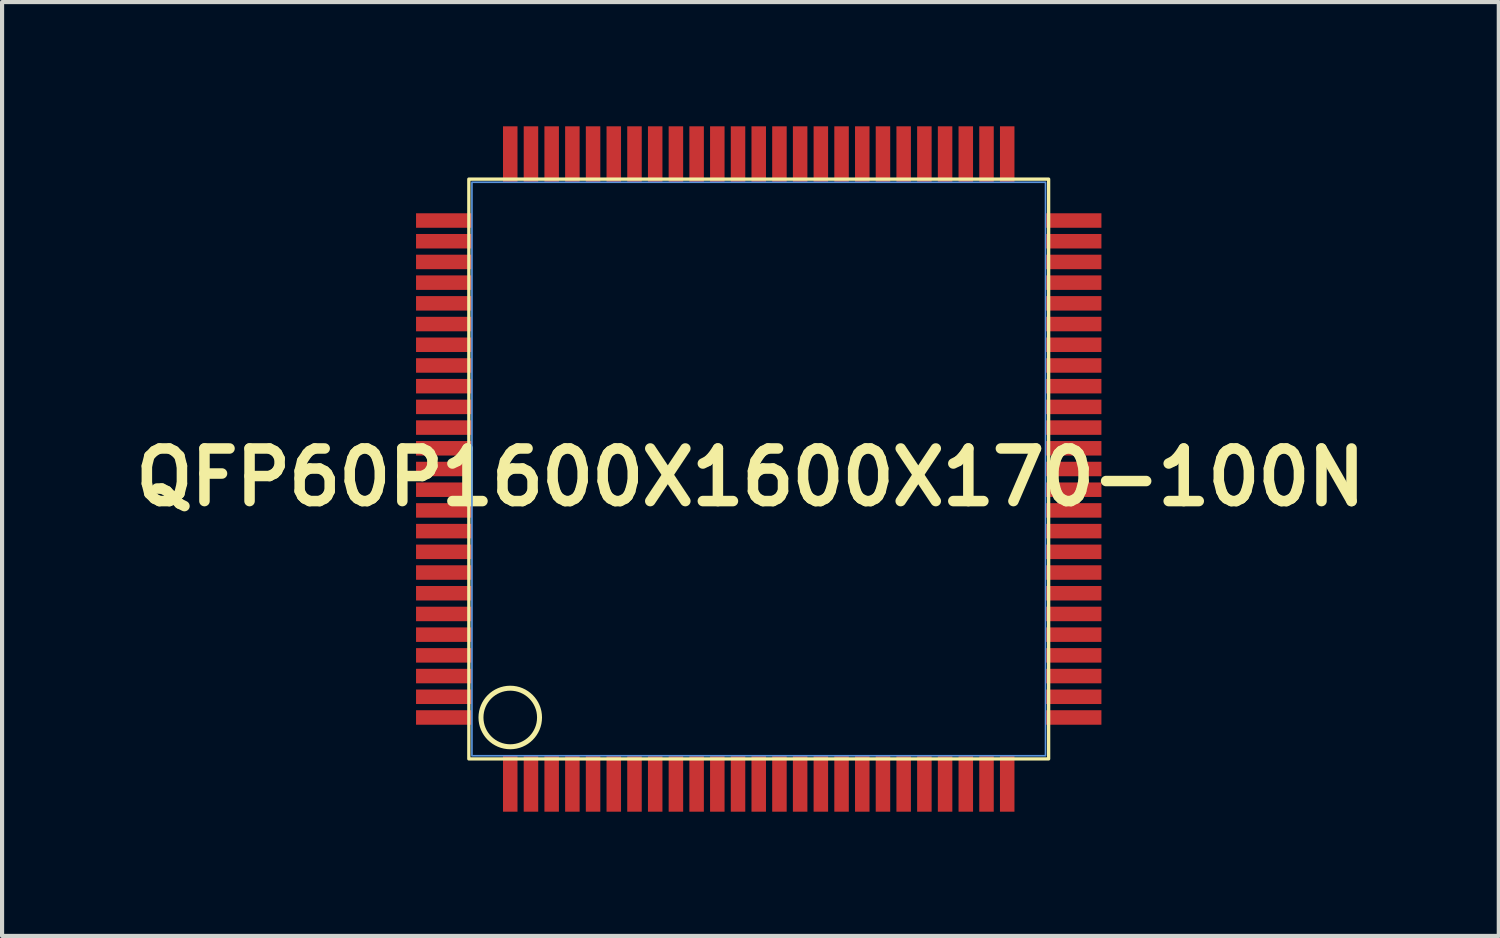
<source format=kicad_pcb>
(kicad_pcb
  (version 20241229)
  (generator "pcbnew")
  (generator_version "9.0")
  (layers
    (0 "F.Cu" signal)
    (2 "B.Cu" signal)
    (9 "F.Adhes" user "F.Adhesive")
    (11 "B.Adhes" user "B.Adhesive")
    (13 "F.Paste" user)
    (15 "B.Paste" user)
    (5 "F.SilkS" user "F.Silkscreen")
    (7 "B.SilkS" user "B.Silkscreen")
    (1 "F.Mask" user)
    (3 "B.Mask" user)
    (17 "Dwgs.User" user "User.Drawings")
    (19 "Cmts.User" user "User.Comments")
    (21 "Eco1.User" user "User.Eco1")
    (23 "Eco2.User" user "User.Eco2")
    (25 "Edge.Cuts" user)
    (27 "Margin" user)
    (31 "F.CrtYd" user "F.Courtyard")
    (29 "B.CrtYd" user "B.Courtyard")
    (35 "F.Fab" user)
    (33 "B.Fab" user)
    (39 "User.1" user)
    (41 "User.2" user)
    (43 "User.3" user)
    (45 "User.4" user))
  (footprint "QFP60P1600X1600X170-100N"
    (layer "F.Cu")
    (at 15.071 8.475)
    (property "Reference" "QFP60P1600X1600X170-100N" (at 0 0 0) (layer "F.SilkS") (effects (font (size 1.27 1.27) (thickness 0.254))))
    (attr smd)
    (fp_rect (start -6.8 6.8) (end 7.2 -7.2) (stroke (width 0.08) (type solid)) (fill no) (layer "F.SilkS"))
    (fp_circle (center -5.8 5.8) (end -6.3 6.3) (stroke (width 0.12) (type solid)) (fill no) (layer "F.SilkS"))
    (fp_rect (start -6.725 6.725) (end 7.125 -7.125) (stroke (width 0.04) (type solid)) (fill no) (layer "Cmts.User"))
    (pad "1" smd rect (at -5.8 7.4 90) (size 1.35 0.35) (layers "F.Cu" "F.Mask" "F.Paste"))
    (pad "2" smd rect (at -5.3 7.4 90) (size 1.35 0.35) (layers "F.Cu" "F.Mask" "F.Paste"))
    (pad "3" smd rect (at -4.8 7.4 90) (size 1.35 0.35) (layers "F.Cu" "F.Mask" "F.Paste"))
    (pad "4" smd rect (at -4.3 7.4 90) (size 1.35 0.35) (layers "F.Cu" "F.Mask" "F.Paste"))
    (pad "5" smd rect (at -3.8 7.4 90) (size 1.35 0.35) (layers "F.Cu" "F.Mask" "F.Paste"))
    (pad "6" smd rect (at -3.3 7.4 90) (size 1.35 0.35) (layers "F.Cu" "F.Mask" "F.Paste"))
    (pad "7" smd rect (at -2.8 7.4 90) (size 1.35 0.35) (layers "F.Cu" "F.Mask" "F.Paste"))
    (pad "8" smd rect (at -2.3 7.4 90) (size 1.35 0.35) (layers "F.Cu" "F.Mask" "F.Paste"))
    (pad "9" smd rect (at -1.8 7.4 90) (size 1.35 0.35) (layers "F.Cu" "F.Mask" "F.Paste"))
    (pad "10" smd rect (at -1.3 7.4 90) (size 1.35 0.35) (layers "F.Cu" "F.Mask" "F.Paste"))
    (pad "11" smd rect (at -0.8 7.4 90) (size 1.35 0.35) (layers "F.Cu" "F.Mask" "F.Paste"))
    (pad "12" smd rect (at -0.3 7.4 90) (size 1.35 0.35) (layers "F.Cu" "F.Mask" "F.Paste"))
    (pad "13" smd rect (at 0.2 7.4 90) (size 1.35 0.35) (layers "F.Cu" "F.Mask" "F.Paste"))
    (pad "14" smd rect (at 0.7 7.4 90) (size 1.35 0.35) (layers "F.Cu" "F.Mask" "F.Paste"))
    (pad "15" smd rect (at 1.2 7.4 90) (size 1.35 0.35) (layers "F.Cu" "F.Mask" "F.Paste"))
    (pad "16" smd rect (at 1.7 7.4 90) (size 1.35 0.35) (layers "F.Cu" "F.Mask" "F.Paste"))
    (pad "17" smd rect (at 2.2 7.4 90) (size 1.35 0.35) (layers "F.Cu" "F.Mask" "F.Paste"))
    (pad "18" smd rect (at 2.7 7.4 90) (size 1.35 0.35) (layers "F.Cu" "F.Mask" "F.Paste"))
    (pad "19" smd rect (at 3.2 7.4 90) (size 1.35 0.35) (layers "F.Cu" "F.Mask" "F.Paste"))
    (pad "20" smd rect (at 3.7 7.4 90) (size 1.35 0.35) (layers "F.Cu" "F.Mask" "F.Paste"))
    (pad "21" smd rect (at 4.2 7.4 90) (size 1.35 0.35) (layers "F.Cu" "F.Mask" "F.Paste"))
    (pad "22" smd rect (at 4.7 7.4 90) (size 1.35 0.35) (layers "F.Cu" "F.Mask" "F.Paste"))
    (pad "23" smd rect (at 5.2 7.4 90) (size 1.35 0.35) (layers "F.Cu" "F.Mask" "F.Paste"))
    (pad "24" smd rect (at 5.7 7.4 90) (size 1.35 0.35) (layers "F.Cu" "F.Mask" "F.Paste"))
    (pad "25" smd rect (at 6.2 7.4 90) (size 1.35 0.35) (layers "F.Cu" "F.Mask" "F.Paste"))
    (pad "26" smd rect (at 7.8 5.8 180) (size 1.35 0.35) (layers "F.Cu" "F.Mask" "F.Paste"))
    (pad "27" smd rect (at 7.8 5.3 180) (size 1.35 0.35) (layers "F.Cu" "F.Mask" "F.Paste"))
    (pad "28" smd rect (at 7.8 4.8 180) (size 1.35 0.35) (layers "F.Cu" "F.Mask" "F.Paste"))
    (pad "29" smd rect (at 7.8 4.3 180) (size 1.35 0.35) (layers "F.Cu" "F.Mask" "F.Paste"))
    (pad "30" smd rect (at 7.8 3.8 180) (size 1.35 0.35) (layers "F.Cu" "F.Mask" "F.Paste"))
    (pad "31" smd rect (at 7.8 3.3 180) (size 1.35 0.35) (layers "F.Cu" "F.Mask" "F.Paste"))
    (pad "32" smd rect (at 7.8 2.8 180) (size 1.35 0.35) (layers "F.Cu" "F.Mask" "F.Paste"))
    (pad "33" smd rect (at 7.8 2.3 180) (size 1.35 0.35) (layers "F.Cu" "F.Mask" "F.Paste"))
    (pad "34" smd rect (at 7.8 1.8 180) (size 1.35 0.35) (layers "F.Cu" "F.Mask" "F.Paste"))
    (pad "35" smd rect (at 7.8 1.3 180) (size 1.35 0.35) (layers "F.Cu" "F.Mask" "F.Paste"))
    (pad "36" smd rect (at 7.8 0.8 180) (size 1.35 0.35) (layers "F.Cu" "F.Mask" "F.Paste"))
    (pad "37" smd rect (at 7.8 0.3 180) (size 1.35 0.35) (layers "F.Cu" "F.Mask" "F.Paste"))
    (pad "38" smd rect (at 7.8 -0.2 180) (size 1.35 0.35) (layers "F.Cu" "F.Mask" "F.Paste"))
    (pad "39" smd rect (at 7.8 -0.7 180) (size 1.35 0.35) (layers "F.Cu" "F.Mask" "F.Paste"))
    (pad "40" smd rect (at 7.8 -1.2 180) (size 1.35 0.35) (layers "F.Cu" "F.Mask" "F.Paste"))
    (pad "41" smd rect (at 7.8 -1.7 180) (size 1.35 0.35) (layers "F.Cu" "F.Mask" "F.Paste"))
    (pad "42" smd rect (at 7.8 -2.2 180) (size 1.35 0.35) (layers "F.Cu" "F.Mask" "F.Paste"))
    (pad "43" smd rect (at 7.8 -2.7 180) (size 1.35 0.35) (layers "F.Cu" "F.Mask" "F.Paste"))
    (pad "44" smd rect (at 7.8 -3.2 180) (size 1.35 0.35) (layers "F.Cu" "F.Mask" "F.Paste"))
    (pad "45" smd rect (at 7.8 -3.7 180) (size 1.35 0.35) (layers "F.Cu" "F.Mask" "F.Paste"))
    (pad "46" smd rect (at 7.8 -4.2 180) (size 1.35 0.35) (layers "F.Cu" "F.Mask" "F.Paste"))
    (pad "47" smd rect (at 7.8 -4.7 180) (size 1.35 0.35) (layers "F.Cu" "F.Mask" "F.Paste"))
    (pad "48" smd rect (at 7.8 -5.2 180) (size 1.35 0.35) (layers "F.Cu" "F.Mask" "F.Paste"))
    (pad "49" smd rect (at 7.8 -5.7 180) (size 1.35 0.35) (layers "F.Cu" "F.Mask" "F.Paste"))
    (pad "50" smd rect (at 7.8 -6.2 180) (size 1.35 0.35) (layers "F.Cu" "F.Mask" "F.Paste"))
    (pad "51" smd rect (at 6.2 -7.8 270) (size 1.35 0.35) (layers "F.Cu" "F.Mask" "F.Paste"))
    (pad "52" smd rect (at 5.7 -7.8 270) (size 1.35 0.35) (layers "F.Cu" "F.Mask" "F.Paste"))
    (pad "53" smd rect (at 5.2 -7.8 270) (size 1.35 0.35) (layers "F.Cu" "F.Mask" "F.Paste"))
    (pad "54" smd rect (at 4.7 -7.8 270) (size 1.35 0.35) (layers "F.Cu" "F.Mask" "F.Paste"))
    (pad "55" smd rect (at 4.2 -7.8 270) (size 1.35 0.35) (layers "F.Cu" "F.Mask" "F.Paste"))
    (pad "56" smd rect (at 3.7 -7.8 270) (size 1.35 0.35) (layers "F.Cu" "F.Mask" "F.Paste"))
    (pad "57" smd rect (at 3.2 -7.8 270) (size 1.35 0.35) (layers "F.Cu" "F.Mask" "F.Paste"))
    (pad "58" smd rect (at 2.7 -7.8 270) (size 1.35 0.35) (layers "F.Cu" "F.Mask" "F.Paste"))
    (pad "59" smd rect (at 2.2 -7.8 270) (size 1.35 0.35) (layers "F.Cu" "F.Mask" "F.Paste"))
    (pad "60" smd rect (at 1.7 -7.8 270) (size 1.35 0.35) (layers "F.Cu" "F.Mask" "F.Paste"))
    (pad "61" smd rect (at 1.2 -7.8 270) (size 1.35 0.35) (layers "F.Cu" "F.Mask" "F.Paste"))
    (pad "62" smd rect (at 0.7 -7.8 270) (size 1.35 0.35) (layers "F.Cu" "F.Mask" "F.Paste"))
    (pad "63" smd rect (at 0.2 -7.8 270) (size 1.35 0.35) (layers "F.Cu" "F.Mask" "F.Paste"))
    (pad "64" smd rect (at -0.3 -7.8 270) (size 1.35 0.35) (layers "F.Cu" "F.Mask" "F.Paste"))
    (pad "65" smd rect (at -0.8 -7.8 270) (size 1.35 0.35) (layers "F.Cu" "F.Mask" "F.Paste"))
    (pad "66" smd rect (at -1.3 -7.8 270) (size 1.35 0.35) (layers "F.Cu" "F.Mask" "F.Paste"))
    (pad "67" smd rect (at -1.8 -7.8 270) (size 1.35 0.35) (layers "F.Cu" "F.Mask" "F.Paste"))
    (pad "68" smd rect (at -2.3 -7.8 270) (size 1.35 0.35) (layers "F.Cu" "F.Mask" "F.Paste"))
    (pad "69" smd rect (at -2.8 -7.8 270) (size 1.35 0.35) (layers "F.Cu" "F.Mask" "F.Paste"))
    (pad "70" smd rect (at -3.3 -7.8 270) (size 1.35 0.35) (layers "F.Cu" "F.Mask" "F.Paste"))
    (pad "71" smd rect (at -3.8 -7.8 270) (size 1.35 0.35) (layers "F.Cu" "F.Mask" "F.Paste"))
    (pad "72" smd rect (at -4.3 -7.8 270) (size 1.35 0.35) (layers "F.Cu" "F.Mask" "F.Paste"))
    (pad "73" smd rect (at -4.8 -7.8 270) (size 1.35 0.35) (layers "F.Cu" "F.Mask" "F.Paste"))
    (pad "74" smd rect (at -5.3 -7.8 270) (size 1.35 0.35) (layers "F.Cu" "F.Mask" "F.Paste"))
    (pad "75" smd rect (at -5.8 -7.8 270) (size 1.35 0.35) (layers "F.Cu" "F.Mask" "F.Paste"))
    (pad "76" smd rect (at -7.4 -6.2) (size 1.35 0.35) (layers "F.Cu" "F.Mask" "F.Paste"))
    (pad "77" smd rect (at -7.4 -5.7) (size 1.35 0.35) (layers "F.Cu" "F.Mask" "F.Paste"))
    (pad "78" smd rect (at -7.4 -5.2) (size 1.35 0.35) (layers "F.Cu" "F.Mask" "F.Paste"))
    (pad "79" smd rect (at -7.4 -4.7) (size 1.35 0.35) (layers "F.Cu" "F.Mask" "F.Paste"))
    (pad "80" smd rect (at -7.4 -4.2) (size 1.35 0.35) (layers "F.Cu" "F.Mask" "F.Paste"))
    (pad "81" smd rect (at -7.4 -3.7) (size 1.35 0.35) (layers "F.Cu" "F.Mask" "F.Paste"))
    (pad "82" smd rect (at -7.4 -3.2) (size 1.35 0.35) (layers "F.Cu" "F.Mask" "F.Paste"))
    (pad "83" smd rect (at -7.4 -2.7) (size 1.35 0.35) (layers "F.Cu" "F.Mask" "F.Paste"))
    (pad "84" smd rect (at -7.4 -2.2) (size 1.35 0.35) (layers "F.Cu" "F.Mask" "F.Paste"))
    (pad "85" smd rect (at -7.4 -1.7) (size 1.35 0.35) (layers "F.Cu" "F.Mask" "F.Paste"))
    (pad "86" smd rect (at -7.4 -1.2) (size 1.35 0.35) (layers "F.Cu" "F.Mask" "F.Paste"))
    (pad "87" smd rect (at -7.4 -0.7) (size 1.35 0.35) (layers "F.Cu" "F.Mask" "F.Paste"))
    (pad "88" smd rect (at -7.4 -0.2) (size 1.35 0.35) (layers "F.Cu" "F.Mask" "F.Paste"))
    (pad "89" smd rect (at -7.4 0.3) (size 1.35 0.35) (layers "F.Cu" "F.Mask" "F.Paste"))
    (pad "90" smd rect (at -7.4 0.8) (size 1.35 0.35) (layers "F.Cu" "F.Mask" "F.Paste"))
    (pad "91" smd rect (at -7.4 1.3) (size 1.35 0.35) (layers "F.Cu" "F.Mask" "F.Paste"))
    (pad "92" smd rect (at -7.4 1.8) (size 1.35 0.35) (layers "F.Cu" "F.Mask" "F.Paste"))
    (pad "93" smd rect (at -7.4 2.3) (size 1.35 0.35) (layers "F.Cu" "F.Mask" "F.Paste"))
    (pad "94" smd rect (at -7.4 2.8) (size 1.35 0.35) (layers "F.Cu" "F.Mask" "F.Paste"))
    (pad "95" smd rect (at -7.4 3.3) (size 1.35 0.35) (layers "F.Cu" "F.Mask" "F.Paste"))
    (pad "96" smd rect (at -7.4 3.8) (size 1.35 0.35) (layers "F.Cu" "F.Mask" "F.Paste"))
    (pad "97" smd rect (at -7.4 4.3) (size 1.35 0.35) (layers "F.Cu" "F.Mask" "F.Paste"))
    (pad "98" smd rect (at -7.4 4.8) (size 1.35 0.35) (layers "F.Cu" "F.Mask" "F.Paste"))
    (pad "99" smd rect (at -7.4 5.3) (size 1.35 0.35) (layers "F.Cu" "F.Mask" "F.Paste"))
    (pad "100" smd rect (at -7.4 5.8) (size 1.35 0.35) (layers "F.Cu" "F.Mask" "F.Paste")))
  (gr_rect
    (start -3 -3)
    (end 33.141 19.55)
    (stroke (width 0.1) (type default))
    (fill no)
    (layer "Edge.Cuts")))
</source>
